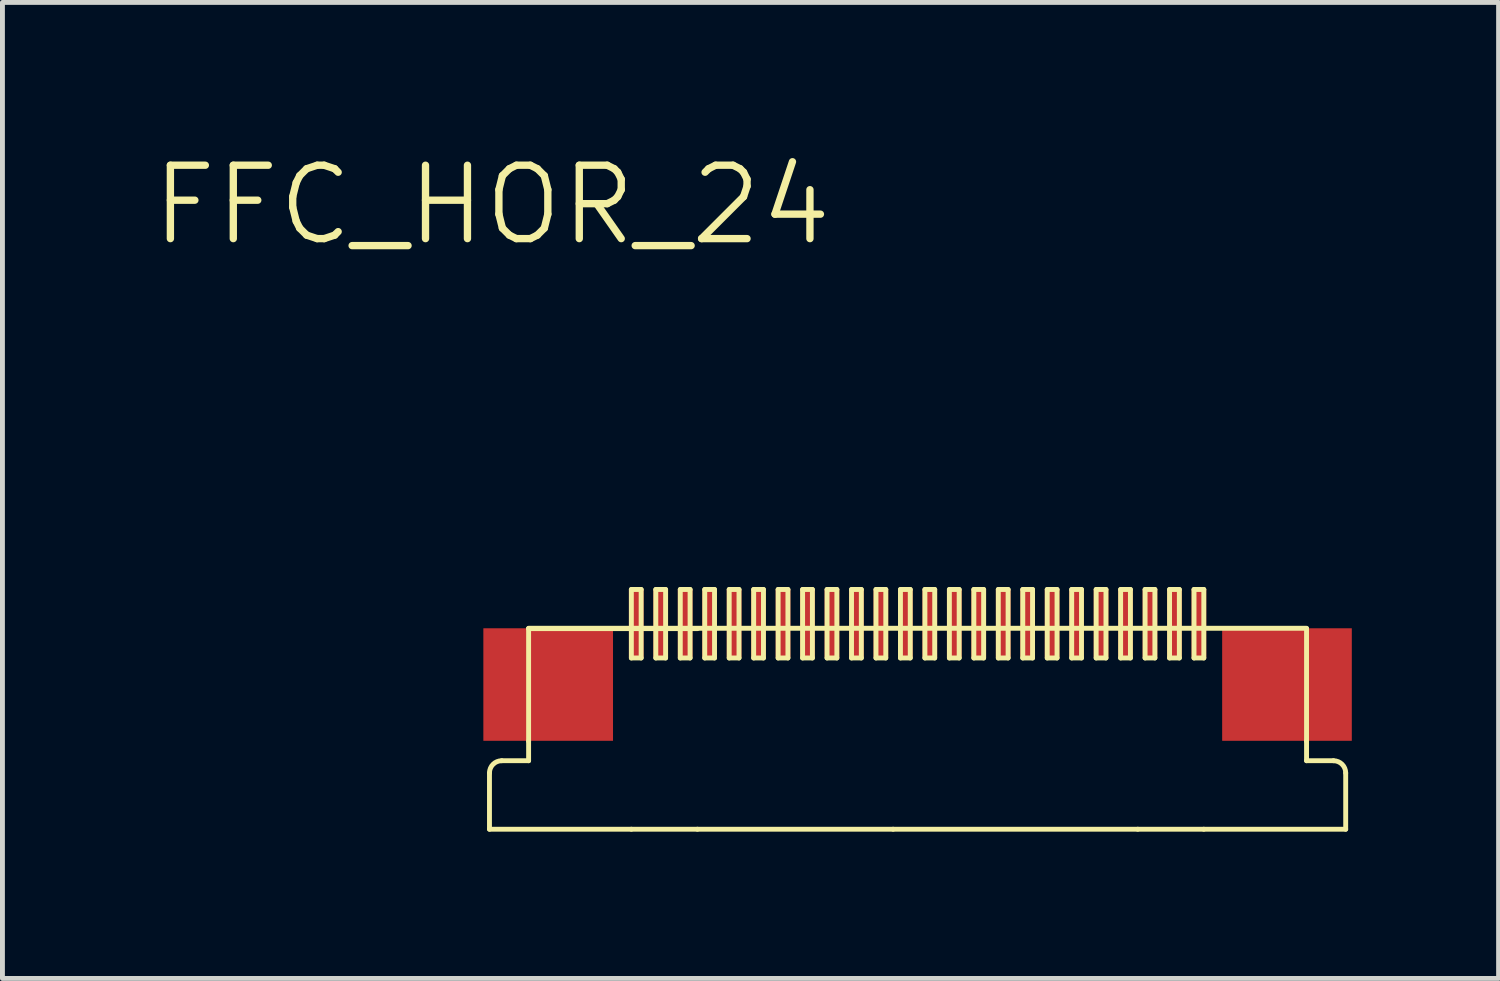
<source format=kicad_pcb>
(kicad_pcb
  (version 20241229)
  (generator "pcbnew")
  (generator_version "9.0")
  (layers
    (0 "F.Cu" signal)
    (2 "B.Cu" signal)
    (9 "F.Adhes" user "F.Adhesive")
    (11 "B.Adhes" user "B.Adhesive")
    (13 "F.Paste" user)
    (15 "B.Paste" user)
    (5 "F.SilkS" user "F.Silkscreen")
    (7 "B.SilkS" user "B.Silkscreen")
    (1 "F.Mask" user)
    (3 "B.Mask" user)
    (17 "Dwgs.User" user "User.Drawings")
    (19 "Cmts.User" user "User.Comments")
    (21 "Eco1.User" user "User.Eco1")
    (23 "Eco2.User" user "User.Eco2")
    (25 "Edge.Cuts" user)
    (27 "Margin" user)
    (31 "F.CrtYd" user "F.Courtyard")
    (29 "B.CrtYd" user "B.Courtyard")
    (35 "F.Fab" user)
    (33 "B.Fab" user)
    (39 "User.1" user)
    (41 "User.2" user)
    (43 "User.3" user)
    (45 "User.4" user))
  (footprint "FFC_HOR_24"
    (layer "F.Cu")
    (at 7.004 0.391)
    (property "Reference" "FFC_HOR_24" (at 0 0.75 0) (layer "F.SilkS") (effects (font (size 1.5 1.5) (thickness 0.15))))
    (attr through_hole)
    (fp_line (start -0.05 12.357) (end -0.05 13.507) (stroke (width 0.1) (type solid)) (layer "F.SilkS"))
    (fp_line (start 0.2 12.107) (end 0.75 12.107) (stroke (width 0.1) (type solid)) (layer "F.SilkS"))
    (fp_line (start 0.75 9.407) (end 4.2 9.407) (stroke (width 0.1) (type solid)) (layer "F.SilkS"))
    (fp_line (start 0.75 11.707) (end 0.75 9.407) (stroke (width 0.1) (type solid)) (layer "F.SilkS"))
    (fp_line (start 0.75 11.707) (end 0.75 12.107) (stroke (width 0.1) (type solid)) (layer "F.SilkS"))
    (fp_line (start 2.85 8.607) (end 2.85 10.007) (stroke (width 0.1) (type solid)) (layer "F.SilkS"))
    (fp_line (start 2.85 10.007) (end 3.05 10.007) (stroke (width 0.1) (type solid)) (layer "F.SilkS"))
    (fp_line (start 2.85 13.507) (end -0.05 13.507) (stroke (width 0.1) (type solid)) (layer "F.SilkS"))
    (fp_line (start 2.85 13.507) (end 4.2 13.507) (stroke (width 0.1) (type solid)) (layer "F.SilkS"))
    (fp_line (start 3.05 8.607) (end 2.85 8.607) (stroke (width 0.1) (type solid)) (layer "F.SilkS"))
    (fp_line (start 3.05 10.007) (end 3.05 8.607) (stroke (width 0.1) (type solid)) (layer "F.SilkS"))
    (fp_line (start 3.35 8.607) (end 3.35 10.007) (stroke (width 0.1) (type solid)) (layer "F.SilkS"))
    (fp_line (start 3.35 10.007) (end 3.55 10.007) (stroke (width 0.1) (type solid)) (layer "F.SilkS"))
    (fp_line (start 3.55 8.607) (end 3.35 8.607) (stroke (width 0.1) (type solid)) (layer "F.SilkS"))
    (fp_line (start 3.55 10.007) (end 3.55 8.607) (stroke (width 0.1) (type solid)) (layer "F.SilkS"))
    (fp_line (start 3.85 8.607) (end 3.85 10.007) (stroke (width 0.1) (type solid)) (layer "F.SilkS"))
    (fp_line (start 3.85 10.007) (end 4.05 10.007) (stroke (width 0.1) (type solid)) (layer "F.SilkS"))
    (fp_line (start 4.05 8.607) (end 3.85 8.607) (stroke (width 0.1) (type solid)) (layer "F.SilkS"))
    (fp_line (start 4.05 10.007) (end 4.05 8.607) (stroke (width 0.1) (type solid)) (layer "F.SilkS"))
    (fp_line (start 4.2 13.507) (end 8.2 13.507) (stroke (width 0.1) (type solid)) (layer "F.SilkS"))
    (fp_line (start 4.35 8.607) (end 4.35 10.007) (stroke (width 0.1) (type solid)) (layer "F.SilkS"))
    (fp_line (start 4.35 10.007) (end 4.55 10.007) (stroke (width 0.1) (type solid)) (layer "F.SilkS"))
    (fp_line (start 4.55 8.607) (end 4.35 8.607) (stroke (width 0.1) (type solid)) (layer "F.SilkS"))
    (fp_line (start 4.55 10.007) (end 4.55 8.607) (stroke (width 0.1) (type solid)) (layer "F.SilkS"))
    (fp_line (start 4.85 8.607) (end 4.85 10.007) (stroke (width 0.1) (type solid)) (layer "F.SilkS"))
    (fp_line (start 4.85 10.007) (end 5.05 10.007) (stroke (width 0.1) (type solid)) (layer "F.SilkS"))
    (fp_line (start 5.05 8.607) (end 4.85 8.607) (stroke (width 0.1) (type solid)) (layer "F.SilkS"))
    (fp_line (start 5.05 10.007) (end 5.05 8.607) (stroke (width 0.1) (type solid)) (layer "F.SilkS"))
    (fp_line (start 5.35 8.607) (end 5.35 10.007) (stroke (width 0.1) (type solid)) (layer "F.SilkS"))
    (fp_line (start 5.35 10.007) (end 5.55 10.007) (stroke (width 0.1) (type solid)) (layer "F.SilkS"))
    (fp_line (start 5.55 8.607) (end 5.35 8.607) (stroke (width 0.1) (type solid)) (layer "F.SilkS"))
    (fp_line (start 5.55 10.007) (end 5.55 8.607) (stroke (width 0.1) (type solid)) (layer "F.SilkS"))
    (fp_line (start 5.85 8.607) (end 5.85 10.007) (stroke (width 0.1) (type solid)) (layer "F.SilkS"))
    (fp_line (start 5.85 10.007) (end 6.05 10.007) (stroke (width 0.1) (type solid)) (layer "F.SilkS"))
    (fp_line (start 6.05 8.607) (end 5.85 8.607) (stroke (width 0.1) (type solid)) (layer "F.SilkS"))
    (fp_line (start 6.05 10.007) (end 6.05 8.607) (stroke (width 0.1) (type solid)) (layer "F.SilkS"))
    (fp_line (start 6.35 8.607) (end 6.35 10.007) (stroke (width 0.1) (type solid)) (layer "F.SilkS"))
    (fp_line (start 6.35 10.007) (end 6.55 10.007) (stroke (width 0.1) (type solid)) (layer "F.SilkS"))
    (fp_line (start 6.55 8.607) (end 6.35 8.607) (stroke (width 0.1) (type solid)) (layer "F.SilkS"))
    (fp_line (start 6.55 10.007) (end 6.55 8.607) (stroke (width 0.1) (type solid)) (layer "F.SilkS"))
    (fp_line (start 6.85 8.607) (end 6.85 10.007) (stroke (width 0.1) (type solid)) (layer "F.SilkS"))
    (fp_line (start 6.85 10.007) (end 7.05 10.007) (stroke (width 0.1) (type solid)) (layer "F.SilkS"))
    (fp_line (start 7.05 8.607) (end 6.85 8.607) (stroke (width 0.1) (type solid)) (layer "F.SilkS"))
    (fp_line (start 7.05 10.007) (end 7.05 8.607) (stroke (width 0.1) (type solid)) (layer "F.SilkS"))
    (fp_line (start 7.35 8.607) (end 7.35 10.007) (stroke (width 0.1) (type solid)) (layer "F.SilkS"))
    (fp_line (start 7.35 10.007) (end 7.55 10.007) (stroke (width 0.1) (type solid)) (layer "F.SilkS"))
    (fp_line (start 7.55 8.607) (end 7.35 8.607) (stroke (width 0.1) (type solid)) (layer "F.SilkS"))
    (fp_line (start 7.55 10.007) (end 7.55 8.607) (stroke (width 0.1) (type solid)) (layer "F.SilkS"))
    (fp_line (start 7.85 8.607) (end 7.85 10.007) (stroke (width 0.1) (type solid)) (layer "F.SilkS"))
    (fp_line (start 7.85 10.007) (end 8.05 10.007) (stroke (width 0.1) (type solid)) (layer "F.SilkS"))
    (fp_line (start 8.05 8.607) (end 7.85 8.607) (stroke (width 0.1) (type solid)) (layer "F.SilkS"))
    (fp_line (start 8.05 10.007) (end 8.05 8.607) (stroke (width 0.1) (type solid)) (layer "F.SilkS"))
    (fp_line (start 8.2 13.507) (end 13.2 13.507) (stroke (width 0.1) (type solid)) (layer "F.SilkS"))
    (fp_line (start 8.35 8.607) (end 8.35 10.007) (stroke (width 0.1) (type solid)) (layer "F.SilkS"))
    (fp_line (start 8.35 10.007) (end 8.55 10.007) (stroke (width 0.1) (type solid)) (layer "F.SilkS"))
    (fp_line (start 8.55 8.607) (end 8.35 8.607) (stroke (width 0.1) (type solid)) (layer "F.SilkS"))
    (fp_line (start 8.55 10.007) (end 8.55 8.607) (stroke (width 0.1) (type solid)) (layer "F.SilkS"))
    (fp_line (start 8.85 8.607) (end 8.85 10.007) (stroke (width 0.1) (type solid)) (layer "F.SilkS"))
    (fp_line (start 8.85 10.007) (end 9.05 10.007) (stroke (width 0.1) (type solid)) (layer "F.SilkS"))
    (fp_line (start 9.05 8.607) (end 8.85 8.607) (stroke (width 0.1) (type solid)) (layer "F.SilkS"))
    (fp_line (start 9.05 10.007) (end 9.05 8.607) (stroke (width 0.1) (type solid)) (layer "F.SilkS"))
    (fp_line (start 9.35 8.607) (end 9.35 10.007) (stroke (width 0.1) (type solid)) (layer "F.SilkS"))
    (fp_line (start 9.35 10.007) (end 9.55 10.007) (stroke (width 0.1) (type solid)) (layer "F.SilkS"))
    (fp_line (start 9.55 8.607) (end 9.35 8.607) (stroke (width 0.1) (type solid)) (layer "F.SilkS"))
    (fp_line (start 9.55 10.007) (end 9.55 8.607) (stroke (width 0.1) (type solid)) (layer "F.SilkS"))
    (fp_line (start 9.85 8.607) (end 9.85 10.007) (stroke (width 0.1) (type solid)) (layer "F.SilkS"))
    (fp_line (start 9.85 10.007) (end 10.05 10.007) (stroke (width 0.1) (type solid)) (layer "F.SilkS"))
    (fp_line (start 10.05 8.607) (end 9.85 8.607) (stroke (width 0.1) (type solid)) (layer "F.SilkS"))
    (fp_line (start 10.05 10.007) (end 10.05 8.607) (stroke (width 0.1) (type solid)) (layer "F.SilkS"))
    (fp_line (start 10.35 8.607) (end 10.35 10.007) (stroke (width 0.1) (type solid)) (layer "F.SilkS"))
    (fp_line (start 10.35 10.007) (end 10.55 10.007) (stroke (width 0.1) (type solid)) (layer "F.SilkS"))
    (fp_line (start 10.55 8.607) (end 10.35 8.607) (stroke (width 0.1) (type solid)) (layer "F.SilkS"))
    (fp_line (start 10.55 10.007) (end 10.55 8.607) (stroke (width 0.1) (type solid)) (layer "F.SilkS"))
    (fp_line (start 10.85 8.607) (end 10.85 10.007) (stroke (width 0.1) (type solid)) (layer "F.SilkS"))
    (fp_line (start 10.85 10.007) (end 11.05 10.007) (stroke (width 0.1) (type solid)) (layer "F.SilkS"))
    (fp_line (start 11.05 8.607) (end 10.85 8.607) (stroke (width 0.1) (type solid)) (layer "F.SilkS"))
    (fp_line (start 11.05 10.007) (end 11.05 8.607) (stroke (width 0.1) (type solid)) (layer "F.SilkS"))
    (fp_line (start 11.35 8.607) (end 11.35 10.007) (stroke (width 0.1) (type solid)) (layer "F.SilkS"))
    (fp_line (start 11.35 10.007) (end 11.55 10.007) (stroke (width 0.1) (type solid)) (layer "F.SilkS"))
    (fp_line (start 11.55 8.607) (end 11.35 8.607) (stroke (width 0.1) (type solid)) (layer "F.SilkS"))
    (fp_line (start 11.55 10.007) (end 11.55 8.607) (stroke (width 0.1) (type solid)) (layer "F.SilkS"))
    (fp_line (start 11.85 8.607) (end 11.85 10.007) (stroke (width 0.1) (type solid)) (layer "F.SilkS"))
    (fp_line (start 11.85 10.007) (end 12.05 10.007) (stroke (width 0.1) (type solid)) (layer "F.SilkS"))
    (fp_line (start 12.05 8.607) (end 11.85 8.607) (stroke (width 0.1) (type solid)) (layer "F.SilkS"))
    (fp_line (start 12.05 10.007) (end 12.05 8.607) (stroke (width 0.1) (type solid)) (layer "F.SilkS"))
    (fp_line (start 12.35 8.607) (end 12.35 10.007) (stroke (width 0.1) (type solid)) (layer "F.SilkS"))
    (fp_line (start 12.35 10.007) (end 12.55 10.007) (stroke (width 0.1) (type solid)) (layer "F.SilkS"))
    (fp_line (start 12.55 8.607) (end 12.35 8.607) (stroke (width 0.1) (type solid)) (layer "F.SilkS"))
    (fp_line (start 12.55 10.007) (end 12.55 8.607) (stroke (width 0.1) (type solid)) (layer "F.SilkS"))
    (fp_line (start 12.85 8.607) (end 12.85 10.007) (stroke (width 0.1) (type solid)) (layer "F.SilkS"))
    (fp_line (start 12.85 10.007) (end 13.05 10.007) (stroke (width 0.1) (type solid)) (layer "F.SilkS"))
    (fp_line (start 13.05 8.607) (end 12.85 8.607) (stroke (width 0.1) (type solid)) (layer "F.SilkS"))
    (fp_line (start 13.05 10.007) (end 13.05 8.607) (stroke (width 0.1) (type solid)) (layer "F.SilkS"))
    (fp_line (start 13.35 8.607) (end 13.35 10.007) (stroke (width 0.1) (type solid)) (layer "F.SilkS"))
    (fp_line (start 13.35 10.007) (end 13.55 10.007) (stroke (width 0.1) (type solid)) (layer "F.SilkS"))
    (fp_line (start 13.55 8.607) (end 13.35 8.607) (stroke (width 0.1) (type solid)) (layer "F.SilkS"))
    (fp_line (start 13.55 10.007) (end 13.55 8.607) (stroke (width 0.1) (type solid)) (layer "F.SilkS"))
    (fp_line (start 13.85 8.607) (end 13.85 10.007) (stroke (width 0.1) (type solid)) (layer "F.SilkS"))
    (fp_line (start 13.85 10.007) (end 14.05 10.007) (stroke (width 0.1) (type solid)) (layer "F.SilkS"))
    (fp_line (start 14.05 8.607) (end 13.85 8.607) (stroke (width 0.1) (type solid)) (layer "F.SilkS"))
    (fp_line (start 14.05 10.007) (end 14.05 8.607) (stroke (width 0.1) (type solid)) (layer "F.SilkS"))
    (fp_line (start 14.35 8.607) (end 14.35 10.007) (stroke (width 0.1) (type solid)) (layer "F.SilkS"))
    (fp_line (start 14.35 10.007) (end 14.55 10.007) (stroke (width 0.1) (type solid)) (layer "F.SilkS"))
    (fp_line (start 14.55 8.607) (end 14.35 8.607) (stroke (width 0.1) (type solid)) (layer "F.SilkS"))
    (fp_line (start 14.55 10.007) (end 14.55 8.607) (stroke (width 0.1) (type solid)) (layer "F.SilkS"))
    (fp_line (start 14.55 13.507) (end 13.2 13.507) (stroke (width 0.1) (type solid)) (layer "F.SilkS"))
    (fp_line (start 14.55 13.507) (end 17.45 13.507) (stroke (width 0.1) (type solid)) (layer "F.SilkS"))
    (fp_line (start 16.65 9.4) (end 0.75 9.4) (stroke (width 0.1) (type solid)) (layer "F.SilkS"))
    (fp_line (start 16.65 11.707) (end 16.65 9.407) (stroke (width 0.1) (type solid)) (layer "F.SilkS"))
    (fp_line (start 16.65 11.707) (end 16.65 12.107) (stroke (width 0.1) (type solid)) (layer "F.SilkS"))
    (fp_line (start 17.2 12.107) (end 16.65 12.107) (stroke (width 0.1) (type solid)) (layer "F.SilkS"))
    (fp_line (start 17.45 12.357) (end 17.45 13.507) (stroke (width 0.1) (type solid)) (layer "F.SilkS"))
    (fp_arc (start -0.05 12.3572) (mid 0.023223 12.180423) (end 0.2 12.1072) (stroke (width 0.1) (type solid)) (layer "F.SilkS"))
    (fp_arc (start 17.2 12.1072) (mid 17.376777 12.180423) (end 17.45 12.3572) (stroke (width 0.1) (type solid)) (layer "F.SilkS"))
    (pad "" smd rect (at 1.15 10.55) (size 2.65 2.3) (layers "F.Cu" "F.Mask" "F.Paste"))
    (pad "" smd rect (at 16.25 10.55) (size 2.65 2.3) (layers "F.Cu" "F.Mask" "F.Paste"))
    (pad "1" smd rect (at 2.95 9.3) (size 0.3 1.4) (layers "F.Cu" "F.Mask" "F.Paste"))
    (pad "2" smd rect (at 3.45 9.3) (size 0.3 1.4) (layers "F.Cu" "F.Mask" "F.Paste"))
    (pad "3" smd rect (at 3.95 9.3) (size 0.3 1.4) (layers "F.Cu" "F.Mask" "F.Paste"))
    (pad "4" smd rect (at 4.45 9.3) (size 0.3 1.4) (layers "F.Cu" "F.Mask" "F.Paste"))
    (pad "5" smd rect (at 4.95 9.3) (size 0.3 1.4) (layers "F.Cu" "F.Mask" "F.Paste"))
    (pad "6" smd rect (at 5.45 9.3) (size 0.3 1.4) (layers "F.Cu" "F.Mask" "F.Paste"))
    (pad "7" smd rect (at 5.95 9.3) (size 0.3 1.4) (layers "F.Cu" "F.Mask" "F.Paste"))
    (pad "8" smd rect (at 6.45 9.3) (size 0.3 1.4) (layers "F.Cu" "F.Mask" "F.Paste"))
    (pad "9" smd rect (at 6.95 9.3) (size 0.3 1.4) (layers "F.Cu" "F.Mask" "F.Paste"))
    (pad "10" smd rect (at 7.45 9.3) (size 0.3 1.4) (layers "F.Cu" "F.Mask" "F.Paste"))
    (pad "11" smd rect (at 7.95 9.3) (size 0.3 1.4) (layers "F.Cu" "F.Mask" "F.Paste"))
    (pad "12" smd rect (at 8.45 9.3) (size 0.3 1.4) (layers "F.Cu" "F.Mask" "F.Paste"))
    (pad "13" smd rect (at 8.95 9.3) (size 0.3 1.4) (layers "F.Cu" "F.Mask" "F.Paste"))
    (pad "14" smd rect (at 9.45 9.3) (size 0.3 1.4) (layers "F.Cu" "F.Mask" "F.Paste"))
    (pad "15" smd rect (at 9.95 9.3) (size 0.3 1.4) (layers "F.Cu" "F.Mask" "F.Paste"))
    (pad "16" smd rect (at 10.45 9.3) (size 0.3 1.4) (layers "F.Cu" "F.Mask" "F.Paste"))
    (pad "17" smd rect (at 10.95 9.3) (size 0.3 1.4) (layers "F.Cu" "F.Mask" "F.Paste"))
    (pad "18" smd rect (at 11.45 9.3) (size 0.3 1.4) (layers "F.Cu" "F.Mask" "F.Paste"))
    (pad "19" smd rect (at 11.95 9.3) (size 0.3 1.4) (layers "F.Cu" "F.Mask" "F.Paste"))
    (pad "20" smd rect (at 12.45 9.3) (size 0.3 1.4) (layers "F.Cu" "F.Mask" "F.Paste"))
    (pad "21" smd rect (at 12.95 9.3) (size 0.3 1.4) (layers "F.Cu" "F.Mask" "F.Paste"))
    (pad "22" smd rect (at 13.45 9.3) (size 0.3 1.4) (layers "F.Cu" "F.Mask" "F.Paste"))
    (pad "23" smd rect (at 13.95 9.3) (size 0.3 1.4) (layers "F.Cu" "F.Mask" "F.Paste"))
    (pad "24" smd rect (at 14.45 9.3) (size 0.3 1.4) (layers "F.Cu" "F.Mask" "F.Paste")))
  (gr_rect
    (start -3 -3)
    (end 27.579 16.948)
    (stroke (width 0.1) (type default))
    (fill no)
    (layer "Edge.Cuts")))
</source>
